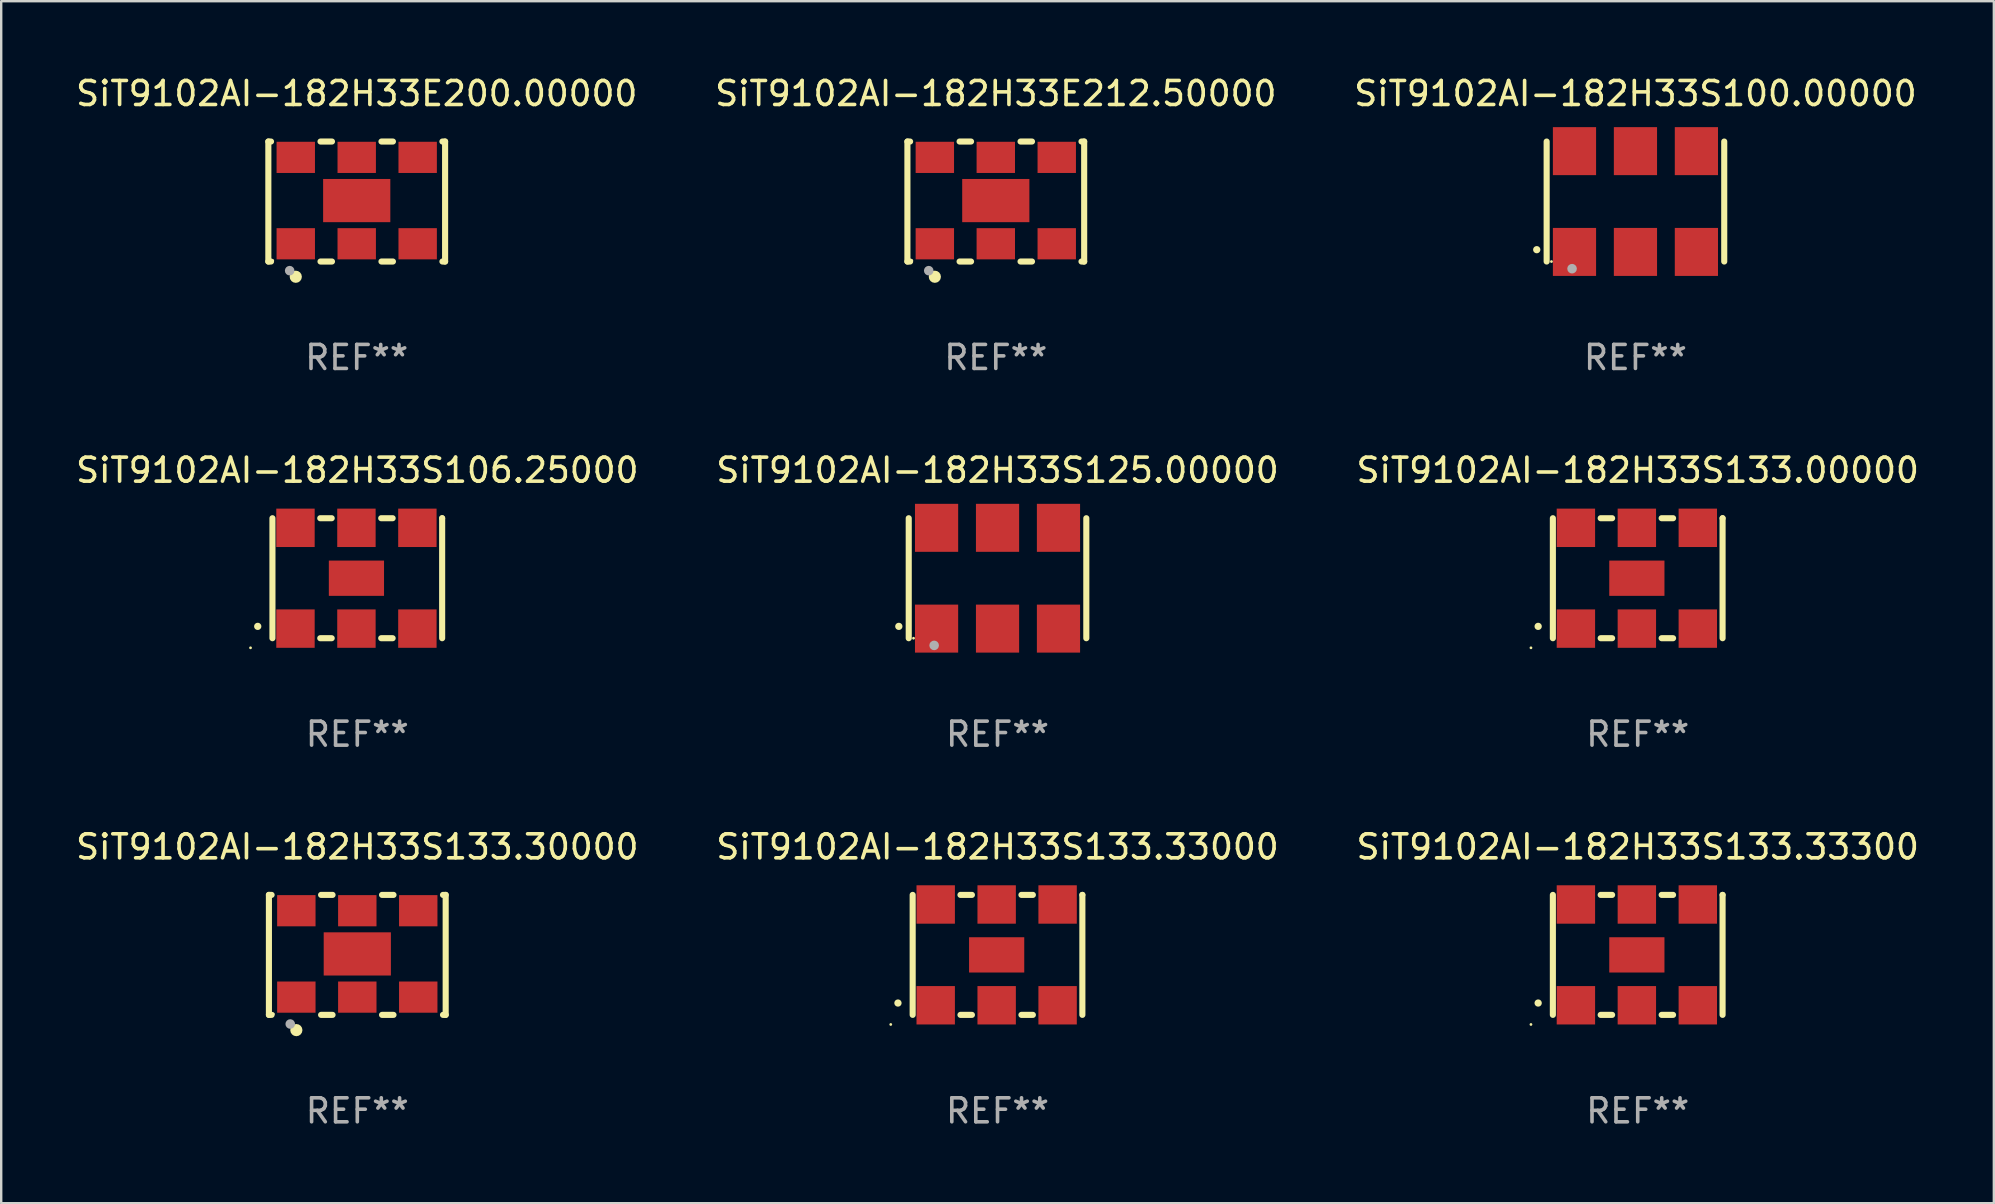
<source format=kicad_pcb>
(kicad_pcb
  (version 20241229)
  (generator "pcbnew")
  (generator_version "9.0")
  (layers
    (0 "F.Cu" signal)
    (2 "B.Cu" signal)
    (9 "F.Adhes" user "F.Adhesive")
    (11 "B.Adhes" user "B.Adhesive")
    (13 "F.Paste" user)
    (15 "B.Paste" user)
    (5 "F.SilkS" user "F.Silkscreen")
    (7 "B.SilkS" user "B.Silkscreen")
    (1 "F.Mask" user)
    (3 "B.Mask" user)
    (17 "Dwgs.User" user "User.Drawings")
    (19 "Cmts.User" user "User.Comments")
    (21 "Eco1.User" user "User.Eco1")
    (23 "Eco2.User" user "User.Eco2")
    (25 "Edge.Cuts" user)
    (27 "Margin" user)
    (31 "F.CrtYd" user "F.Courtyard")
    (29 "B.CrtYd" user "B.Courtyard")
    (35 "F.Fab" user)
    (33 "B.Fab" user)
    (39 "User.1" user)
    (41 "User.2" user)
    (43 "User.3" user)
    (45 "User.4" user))
  (footprint "SiT9102AI-182H33S133.00000"
    (layer "F.Cu")
    (at 65.196 21.045)
    (property "Reference" "SiT9102AI-182H33S133.00000" (at 0 -4.5 0) (layer "F.SilkS") (effects (font (size 1 1) (thickness 0.15))))
    (attr through_hole)
    (fp_line (start -3.536 -2.5) (end -3.536 2.5) (stroke (width 0.254) (type solid)) (layer "F.SilkS"))
    (fp_line (start -1.544 2.5) (end -1.067 2.5) (stroke (width 0.254) (type solid)) (layer "F.SilkS"))
    (fp_line (start -1.067 -2.5) (end -1.544 -2.5) (stroke (width 0.254) (type solid)) (layer "F.SilkS"))
    (fp_line (start 0.996 2.5) (end 1.473 2.5) (stroke (width 0.254) (type solid)) (layer "F.SilkS"))
    (fp_line (start 1.473 -2.5) (end 0.996 -2.5) (stroke (width 0.254) (type solid)) (layer "F.SilkS"))
    (fp_line (start 3.536 -2.5) (end 3.536 -2.5) (stroke (width 0.254) (type solid)) (layer "F.SilkS"))
    (fp_line (start 3.536 2.5) (end 3.536 -2.5) (stroke (width 0.254) (type solid)) (layer "F.SilkS"))
    (fp_arc (start -4.150432 2.006604) (mid -4.149162 2.006599) (end -4.147892 2.006604) (stroke (width 0.3) (type solid)) (layer "F.SilkS"))
    (fp_circle (center -4.449 2.9) (end -4.419 2.9) (stroke (width 0.06) (type solid)) (fill no) (layer "F.SilkS"))
    (fp_text user "REF**" (at 0 6.5 0) (layer "F.Fab") (effects (font (size 1 1) (thickness 0.15))))
    (pad "1" smd rect (at -2.576 2.1) (size 1.6 1.6) (layers "F.Cu" "F.Mask" "F.Paste"))
    (pad "2" smd rect (at -0.036 2.1) (size 1.6 1.6) (layers "F.Cu" "F.Mask" "F.Paste"))
    (pad "3" smd rect (at 2.504 2.1) (size 1.6 1.6) (layers "F.Cu" "F.Mask" "F.Paste"))
    (pad "4" smd rect (at 2.504 -2.1) (size 1.6 1.6) (layers "F.Cu" "F.Mask" "F.Paste"))
    (pad "5" smd rect (at -0.036 -2.1) (size 1.6 1.6) (layers "F.Cu" "F.Mask" "F.Paste"))
    (pad "6" smd rect (at -2.576 -2.1) (size 1.6 1.6) (layers "F.Cu" "F.Mask" "F.Paste"))
    (pad "7" smd rect (at -0.036 0) (size 2.3 1.47) (layers "F.Cu" "F.Mask" "F.Paste")))
  (footprint "SiT9102AI-182H33S133.33000"
    (layer "F.Cu")
    (at 38.518 36.741)
    (property "Reference" "SiT9102AI-182H33S133.33000" (at 0 -4.5 0) (layer "F.SilkS") (effects (font (size 1 1) (thickness 0.15))))
    (attr through_hole)
    (fp_line (start -3.536 -2.5) (end -3.536 2.5) (stroke (width 0.254) (type solid)) (layer "F.SilkS"))
    (fp_line (start -1.544 2.5) (end -1.067 2.5) (stroke (width 0.254) (type solid)) (layer "F.SilkS"))
    (fp_line (start -1.067 -2.5) (end -1.544 -2.5) (stroke (width 0.254) (type solid)) (layer "F.SilkS"))
    (fp_line (start 0.996 2.5) (end 1.473 2.5) (stroke (width 0.254) (type solid)) (layer "F.SilkS"))
    (fp_line (start 1.473 -2.5) (end 0.996 -2.5) (stroke (width 0.254) (type solid)) (layer "F.SilkS"))
    (fp_line (start 3.536 -2.5) (end 3.536 -2.5) (stroke (width 0.254) (type solid)) (layer "F.SilkS"))
    (fp_line (start 3.536 2.5) (end 3.536 -2.5) (stroke (width 0.254) (type solid)) (layer "F.SilkS"))
    (fp_arc (start -4.150432 2.006604) (mid -4.149162 2.006599) (end -4.147892 2.006604) (stroke (width 0.3) (type solid)) (layer "F.SilkS"))
    (fp_circle (center -4.449 2.9) (end -4.419 2.9) (stroke (width 0.06) (type solid)) (fill no) (layer "F.SilkS"))
    (fp_text user "REF**" (at 0 6.5 0) (layer "F.Fab") (effects (font (size 1 1) (thickness 0.15))))
    (pad "1" smd rect (at -2.576 2.1) (size 1.6 1.6) (layers "F.Cu" "F.Mask" "F.Paste"))
    (pad "2" smd rect (at -0.036 2.1) (size 1.6 1.6) (layers "F.Cu" "F.Mask" "F.Paste"))
    (pad "3" smd rect (at 2.504 2.1) (size 1.6 1.6) (layers "F.Cu" "F.Mask" "F.Paste"))
    (pad "4" smd rect (at 2.504 -2.1) (size 1.6 1.6) (layers "F.Cu" "F.Mask" "F.Paste"))
    (pad "5" smd rect (at -0.036 -2.1) (size 1.6 1.6) (layers "F.Cu" "F.Mask" "F.Paste"))
    (pad "6" smd rect (at -2.576 -2.1) (size 1.6 1.6) (layers "F.Cu" "F.Mask" "F.Paste"))
    (pad "7" smd rect (at -0.036 0) (size 2.3 1.47) (layers "F.Cu" "F.Mask" "F.Paste")))
  (footprint "SiT9102AI-182H33S125.00000"
    (layer "F.Cu")
    (at 38.518 21.045)
    (property "Reference" "SiT9102AI-182H33S125.00000" (at 0 -4.5 0) (layer "F.SilkS") (effects (font (size 1 1) (thickness 0.15))))
    (attr through_hole)
    (fp_line (start -3.7 -2.5) (end -3.7 2.5) (stroke (width 0.254) (type solid)) (layer "F.SilkS"))
    (fp_line (start 3.7 -2.5) (end 3.7 2.5) (stroke (width 0.254) (type solid)) (layer "F.SilkS"))
    (fp_arc (start -4.114415 2.006604) (mid -4.113145 2.006599) (end -4.111875 2.006604) (stroke (width 0.3) (type solid)) (layer "F.SilkS"))
    (fp_circle (center -3.5 2.501) (end -3.47 2.501) (stroke (width 0.06) (type solid)) (fill no) (layer "F.SilkS"))
    (fp_circle (center -2.641 2.799) (end -2.541 2.799) (stroke (width 0.2) (type solid)) (fill no) (layer "F.Fab"))
    (fp_text user "REF**" (at 0 6.5 0) (layer "F.Fab") (effects (font (size 1 1) (thickness 0.15))))
    (pad "1" smd rect (at -2.54 2.1) (size 1.8 2) (layers "F.Cu" "F.Mask" "F.Paste"))
    (pad "2" smd rect (at 0.000394 2.1) (size 1.8 2) (layers "F.Cu" "F.Mask" "F.Paste"))
    (pad "3" smd rect (at 2.54 2.1) (size 1.8 2) (layers "F.Cu" "F.Mask" "F.Paste"))
    (pad "4" smd rect (at 2.54 -2.1) (size 1.8 2) (layers "F.Cu" "F.Mask" "F.Paste"))
    (pad "5" smd rect (at 0.000394 -2.1) (size 1.8 2) (layers "F.Cu" "F.Mask" "F.Paste"))
    (pad "6" smd rect (at -2.54 -2.1) (size 1.8 2) (layers "F.Cu" "F.Mask" "F.Paste")))
  (footprint "SiT9102AI-182H33E200.00000"
    (layer "F.Cu")
    (at 11.815 5.348)
    (property "Reference" "SiT9102AI-182H33E200.00000" (at 0 -4.5 0) (layer "F.SilkS") (effects (font (size 1 1) (thickness 0.15))))
    (attr through_hole)
    (fp_line (start -3.683 -2.5) (end -3.571 -2.5) (stroke (width 0.254) (type solid)) (layer "F.SilkS"))
    (fp_line (start -3.683 2.5) (end -3.683 -2.5) (stroke (width 0.254) (type solid)) (layer "F.SilkS"))
    (fp_line (start -3.683 2.5) (end -3.571 2.5) (stroke (width 0.254) (type solid)) (layer "F.SilkS"))
    (fp_line (start -1.509 -2.5) (end -1.031 -2.5) (stroke (width 0.254) (type solid)) (layer "F.SilkS"))
    (fp_line (start -1.509 2.5) (end -1.031 2.5) (stroke (width 0.254) (type solid)) (layer "F.SilkS"))
    (fp_line (start 1.031 -2.5) (end 1.509 -2.5) (stroke (width 0.254) (type solid)) (layer "F.SilkS"))
    (fp_line (start 1.031 2.5) (end 1.509 2.5) (stroke (width 0.254) (type solid)) (layer "F.SilkS"))
    (fp_line (start 3.571 -2.5) (end 3.683 -2.5) (stroke (width 0.254) (type solid)) (layer "F.SilkS"))
    (fp_line (start 3.571 2.5) (end 3.683 2.5) (stroke (width 0.254) (type solid)) (layer "F.SilkS"))
    (fp_line (start 3.683 2.5) (end 3.683 -2.5) (stroke (width 0.254) (type solid)) (layer "F.SilkS"))
    (fp_circle (center -3.5 2.46) (end -3.47 2.46) (stroke (width 0.06) (type solid)) (fill no) (layer "F.SilkS"))
    (fp_circle (center -2.54 3.135) (end -2.413 3.135) (stroke (width 0.254) (type solid)) (fill no) (layer "F.SilkS"))
    (fp_circle (center -2.794 2.881) (end -2.694 2.881) (stroke (width 0.2) (type solid)) (fill no) (layer "F.Fab"))
    (fp_text user "REF**" (at 0 6.5 0) (layer "F.Fab") (effects (font (size 1 1) (thickness 0.15))))
    (pad "1" smd rect (at -2.54 1.76) (size 1.6 1.3) (layers "F.Cu" "F.Mask" "F.Paste"))
    (pad "2" smd rect (at 0 1.76) (size 1.6 1.3) (layers "F.Cu" "F.Mask" "F.Paste"))
    (pad "3" smd rect (at 2.54 1.76) (size 1.6 1.3) (layers "F.Cu" "F.Mask" "F.Paste"))
    (pad "4" smd rect (at 2.54 -1.84) (size 1.6 1.3) (layers "F.Cu" "F.Mask" "F.Paste"))
    (pad "5" smd rect (at 0 -1.84) (size 1.6 1.3) (layers "F.Cu" "F.Mask" "F.Paste"))
    (pad "6" smd rect (at -2.54 -1.84) (size 1.6 1.3) (layers "F.Cu" "F.Mask" "F.Paste"))
    (pad "7" smd rect (at 0 -0.04) (size 2.8 1.8) (layers "F.Cu" "F.Mask" "F.Paste")))
  (footprint "SiT9102AI-182H33S133.30000"
    (layer "F.Cu")
    (at 11.839 36.741)
    (property "Reference" "SiT9102AI-182H33S133.30000" (at 0 -4.5 0) (layer "F.SilkS") (effects (font (size 1 1) (thickness 0.15))))
    (attr through_hole)
    (fp_line (start -3.683 -2.5) (end -3.571 -2.5) (stroke (width 0.254) (type solid)) (layer "F.SilkS"))
    (fp_line (start -3.683 2.5) (end -3.683 -2.5) (stroke (width 0.254) (type solid)) (layer "F.SilkS"))
    (fp_line (start -3.683 2.5) (end -3.571 2.5) (stroke (width 0.254) (type solid)) (layer "F.SilkS"))
    (fp_line (start -1.509 -2.5) (end -1.031 -2.5) (stroke (width 0.254) (type solid)) (layer "F.SilkS"))
    (fp_line (start -1.509 2.5) (end -1.031 2.5) (stroke (width 0.254) (type solid)) (layer "F.SilkS"))
    (fp_line (start 1.031 -2.5) (end 1.509 -2.5) (stroke (width 0.254) (type solid)) (layer "F.SilkS"))
    (fp_line (start 1.031 2.5) (end 1.509 2.5) (stroke (width 0.254) (type solid)) (layer "F.SilkS"))
    (fp_line (start 3.571 -2.5) (end 3.683 -2.5) (stroke (width 0.254) (type solid)) (layer "F.SilkS"))
    (fp_line (start 3.571 2.5) (end 3.683 2.5) (stroke (width 0.254) (type solid)) (layer "F.SilkS"))
    (fp_line (start 3.683 2.5) (end 3.683 -2.5) (stroke (width 0.254) (type solid)) (layer "F.SilkS"))
    (fp_circle (center -3.5 2.46) (end -3.47 2.46) (stroke (width 0.06) (type solid)) (fill no) (layer "F.SilkS"))
    (fp_circle (center -2.54 3.135) (end -2.413 3.135) (stroke (width 0.254) (type solid)) (fill no) (layer "F.SilkS"))
    (fp_circle (center -2.794 2.881) (end -2.694 2.881) (stroke (width 0.2) (type solid)) (fill no) (layer "F.Fab"))
    (fp_text user "REF**" (at 0 6.5 0) (layer "F.Fab") (effects (font (size 1 1) (thickness 0.15))))
    (pad "1" smd rect (at -2.54 1.76) (size 1.6 1.3) (layers "F.Cu" "F.Mask" "F.Paste"))
    (pad "2" smd rect (at 0 1.76) (size 1.6 1.3) (layers "F.Cu" "F.Mask" "F.Paste"))
    (pad "3" smd rect (at 2.54 1.76) (size 1.6 1.3) (layers "F.Cu" "F.Mask" "F.Paste"))
    (pad "4" smd rect (at 2.54 -1.84) (size 1.6 1.3) (layers "F.Cu" "F.Mask" "F.Paste"))
    (pad "5" smd rect (at 0 -1.84) (size 1.6 1.3) (layers "F.Cu" "F.Mask" "F.Paste"))
    (pad "6" smd rect (at -2.54 -1.84) (size 1.6 1.3) (layers "F.Cu" "F.Mask" "F.Paste"))
    (pad "7" smd rect (at 0 -0.04) (size 2.8 1.8) (layers "F.Cu" "F.Mask" "F.Paste")))
  (footprint "SiT9102AI-182H33S133.33300"
    (layer "F.Cu")
    (at 65.196 36.741)
    (property "Reference" "SiT9102AI-182H33S133.33300" (at 0 -4.5 0) (layer "F.SilkS") (effects (font (size 1 1) (thickness 0.15))))
    (attr through_hole)
    (fp_line (start -3.536 -2.5) (end -3.536 2.5) (stroke (width 0.254) (type solid)) (layer "F.SilkS"))
    (fp_line (start -1.544 2.5) (end -1.067 2.5) (stroke (width 0.254) (type solid)) (layer "F.SilkS"))
    (fp_line (start -1.067 -2.5) (end -1.544 -2.5) (stroke (width 0.254) (type solid)) (layer "F.SilkS"))
    (fp_line (start 0.996 2.5) (end 1.473 2.5) (stroke (width 0.254) (type solid)) (layer "F.SilkS"))
    (fp_line (start 1.473 -2.5) (end 0.996 -2.5) (stroke (width 0.254) (type solid)) (layer "F.SilkS"))
    (fp_line (start 3.536 -2.5) (end 3.536 -2.5) (stroke (width 0.254) (type solid)) (layer "F.SilkS"))
    (fp_line (start 3.536 2.5) (end 3.536 -2.5) (stroke (width 0.254) (type solid)) (layer "F.SilkS"))
    (fp_arc (start -4.150432 2.006604) (mid -4.149162 2.006599) (end -4.147892 2.006604) (stroke (width 0.3) (type solid)) (layer "F.SilkS"))
    (fp_circle (center -4.449 2.9) (end -4.419 2.9) (stroke (width 0.06) (type solid)) (fill no) (layer "F.SilkS"))
    (fp_text user "REF**" (at 0 6.5 0) (layer "F.Fab") (effects (font (size 1 1) (thickness 0.15))))
    (pad "1" smd rect (at -2.576 2.1) (size 1.6 1.6) (layers "F.Cu" "F.Mask" "F.Paste"))
    (pad "2" smd rect (at -0.036 2.1) (size 1.6 1.6) (layers "F.Cu" "F.Mask" "F.Paste"))
    (pad "3" smd rect (at 2.504 2.1) (size 1.6 1.6) (layers "F.Cu" "F.Mask" "F.Paste"))
    (pad "4" smd rect (at 2.504 -2.1) (size 1.6 1.6) (layers "F.Cu" "F.Mask" "F.Paste"))
    (pad "5" smd rect (at -0.036 -2.1) (size 1.6 1.6) (layers "F.Cu" "F.Mask" "F.Paste"))
    (pad "6" smd rect (at -2.576 -2.1) (size 1.6 1.6) (layers "F.Cu" "F.Mask" "F.Paste"))
    (pad "7" smd rect (at -0.036 0) (size 2.3 1.47) (layers "F.Cu" "F.Mask" "F.Paste")))
  (footprint "SiT9102AI-182H33S100.00000"
    (layer "F.Cu")
    (at 65.101 5.348)
    (property "Reference" "SiT9102AI-182H33S100.00000" (at 0 -4.5 0) (layer "F.SilkS") (effects (font (size 1 1) (thickness 0.15))))
    (attr through_hole)
    (fp_line (start -3.7 -2.5) (end -3.7 2.5) (stroke (width 0.254) (type solid)) (layer "F.SilkS"))
    (fp_line (start 3.7 -2.5) (end 3.7 2.5) (stroke (width 0.254) (type solid)) (layer "F.SilkS"))
    (fp_arc (start -4.114415 2.006604) (mid -4.113145 2.006599) (end -4.111875 2.006604) (stroke (width 0.3) (type solid)) (layer "F.SilkS"))
    (fp_circle (center -3.5 2.501) (end -3.47 2.501) (stroke (width 0.06) (type solid)) (fill no) (layer "F.SilkS"))
    (fp_circle (center -2.641 2.799) (end -2.541 2.799) (stroke (width 0.2) (type solid)) (fill no) (layer "F.Fab"))
    (fp_text user "REF**" (at 0 6.5 0) (layer "F.Fab") (effects (font (size 1 1) (thickness 0.15))))
    (pad "1" smd rect (at -2.54 2.1) (size 1.8 2) (layers "F.Cu" "F.Mask" "F.Paste"))
    (pad "2" smd rect (at 0.000394 2.1) (size 1.8 2) (layers "F.Cu" "F.Mask" "F.Paste"))
    (pad "3" smd rect (at 2.54 2.1) (size 1.8 2) (layers "F.Cu" "F.Mask" "F.Paste"))
    (pad "4" smd rect (at 2.54 -2.1) (size 1.8 2) (layers "F.Cu" "F.Mask" "F.Paste"))
    (pad "5" smd rect (at 0.000394 -2.1) (size 1.8 2) (layers "F.Cu" "F.Mask" "F.Paste"))
    (pad "6" smd rect (at -2.54 -2.1) (size 1.8 2) (layers "F.Cu" "F.Mask" "F.Paste")))
  (footprint "SiT9102AI-182H33E212.50000"
    (layer "F.Cu")
    (at 38.446 5.348)
    (property "Reference" "SiT9102AI-182H33E212.50000" (at 0 -4.5 0) (layer "F.SilkS") (effects (font (size 1 1) (thickness 0.15))))
    (attr through_hole)
    (fp_line (start -3.683 -2.5) (end -3.571 -2.5) (stroke (width 0.254) (type solid)) (layer "F.SilkS"))
    (fp_line (start -3.683 2.5) (end -3.683 -2.5) (stroke (width 0.254) (type solid)) (layer "F.SilkS"))
    (fp_line (start -3.683 2.5) (end -3.571 2.5) (stroke (width 0.254) (type solid)) (layer "F.SilkS"))
    (fp_line (start -1.509 -2.5) (end -1.031 -2.5) (stroke (width 0.254) (type solid)) (layer "F.SilkS"))
    (fp_line (start -1.509 2.5) (end -1.031 2.5) (stroke (width 0.254) (type solid)) (layer "F.SilkS"))
    (fp_line (start 1.031 -2.5) (end 1.509 -2.5) (stroke (width 0.254) (type solid)) (layer "F.SilkS"))
    (fp_line (start 1.031 2.5) (end 1.509 2.5) (stroke (width 0.254) (type solid)) (layer "F.SilkS"))
    (fp_line (start 3.571 -2.5) (end 3.683 -2.5) (stroke (width 0.254) (type solid)) (layer "F.SilkS"))
    (fp_line (start 3.571 2.5) (end 3.683 2.5) (stroke (width 0.254) (type solid)) (layer "F.SilkS"))
    (fp_line (start 3.683 2.5) (end 3.683 -2.5) (stroke (width 0.254) (type solid)) (layer "F.SilkS"))
    (fp_circle (center -3.5 2.46) (end -3.47 2.46) (stroke (width 0.06) (type solid)) (fill no) (layer "F.SilkS"))
    (fp_circle (center -2.54 3.135) (end -2.413 3.135) (stroke (width 0.254) (type solid)) (fill no) (layer "F.SilkS"))
    (fp_circle (center -2.794 2.881) (end -2.694 2.881) (stroke (width 0.2) (type solid)) (fill no) (layer "F.Fab"))
    (fp_text user "REF**" (at 0 6.5 0) (layer "F.Fab") (effects (font (size 1 1) (thickness 0.15))))
    (pad "1" smd rect (at -2.54 1.76) (size 1.6 1.3) (layers "F.Cu" "F.Mask" "F.Paste"))
    (pad "2" smd rect (at 0 1.76) (size 1.6 1.3) (layers "F.Cu" "F.Mask" "F.Paste"))
    (pad "3" smd rect (at 2.54 1.76) (size 1.6 1.3) (layers "F.Cu" "F.Mask" "F.Paste"))
    (pad "4" smd rect (at 2.54 -1.84) (size 1.6 1.3) (layers "F.Cu" "F.Mask" "F.Paste"))
    (pad "5" smd rect (at 0 -1.84) (size 1.6 1.3) (layers "F.Cu" "F.Mask" "F.Paste"))
    (pad "6" smd rect (at -2.54 -1.84) (size 1.6 1.3) (layers "F.Cu" "F.Mask" "F.Paste"))
    (pad "7" smd rect (at 0 -0.04) (size 2.8 1.8) (layers "F.Cu" "F.Mask" "F.Paste")))
  (footprint "SiT9102AI-182H33S106.25000"
    (layer "F.Cu")
    (at 11.839 21.045)
    (property "Reference" "SiT9102AI-182H33S106.25000" (at 0 -4.5 0) (layer "F.SilkS") (effects (font (size 1 1) (thickness 0.15))))
    (attr through_hole)
    (fp_line (start -3.536 -2.5) (end -3.536 2.5) (stroke (width 0.254) (type solid)) (layer "F.SilkS"))
    (fp_line (start -1.544 2.5) (end -1.067 2.5) (stroke (width 0.254) (type solid)) (layer "F.SilkS"))
    (fp_line (start -1.067 -2.5) (end -1.544 -2.5) (stroke (width 0.254) (type solid)) (layer "F.SilkS"))
    (fp_line (start 0.996 2.5) (end 1.473 2.5) (stroke (width 0.254) (type solid)) (layer "F.SilkS"))
    (fp_line (start 1.473 -2.5) (end 0.996 -2.5) (stroke (width 0.254) (type solid)) (layer "F.SilkS"))
    (fp_line (start 3.536 -2.5) (end 3.536 -2.5) (stroke (width 0.254) (type solid)) (layer "F.SilkS"))
    (fp_line (start 3.536 2.5) (end 3.536 -2.5) (stroke (width 0.254) (type solid)) (layer "F.SilkS"))
    (fp_arc (start -4.150432 2.006604) (mid -4.149162 2.006599) (end -4.147892 2.006604) (stroke (width 0.3) (type solid)) (layer "F.SilkS"))
    (fp_circle (center -4.449 2.9) (end -4.419 2.9) (stroke (width 0.06) (type solid)) (fill no) (layer "F.SilkS"))
    (fp_text user "REF**" (at 0 6.5 0) (layer "F.Fab") (effects (font (size 1 1) (thickness 0.15))))
    (pad "1" smd rect (at -2.576 2.1) (size 1.6 1.6) (layers "F.Cu" "F.Mask" "F.Paste"))
    (pad "2" smd rect (at -0.036 2.1) (size 1.6 1.6) (layers "F.Cu" "F.Mask" "F.Paste"))
    (pad "3" smd rect (at 2.504 2.1) (size 1.6 1.6) (layers "F.Cu" "F.Mask" "F.Paste"))
    (pad "4" smd rect (at 2.504 -2.1) (size 1.6 1.6) (layers "F.Cu" "F.Mask" "F.Paste"))
    (pad "5" smd rect (at -0.036 -2.1) (size 1.6 1.6) (layers "F.Cu" "F.Mask" "F.Paste"))
    (pad "6" smd rect (at -2.576 -2.1) (size 1.6 1.6) (layers "F.Cu" "F.Mask" "F.Paste"))
    (pad "7" smd rect (at -0.036 0) (size 2.3 1.47) (layers "F.Cu" "F.Mask" "F.Paste")))
  (gr_rect
    (start -3 -3)
    (end 80.036 47.09)
    (stroke (width 0.1) (type default))
    (fill no)
    (layer "Edge.Cuts")))
</source>
